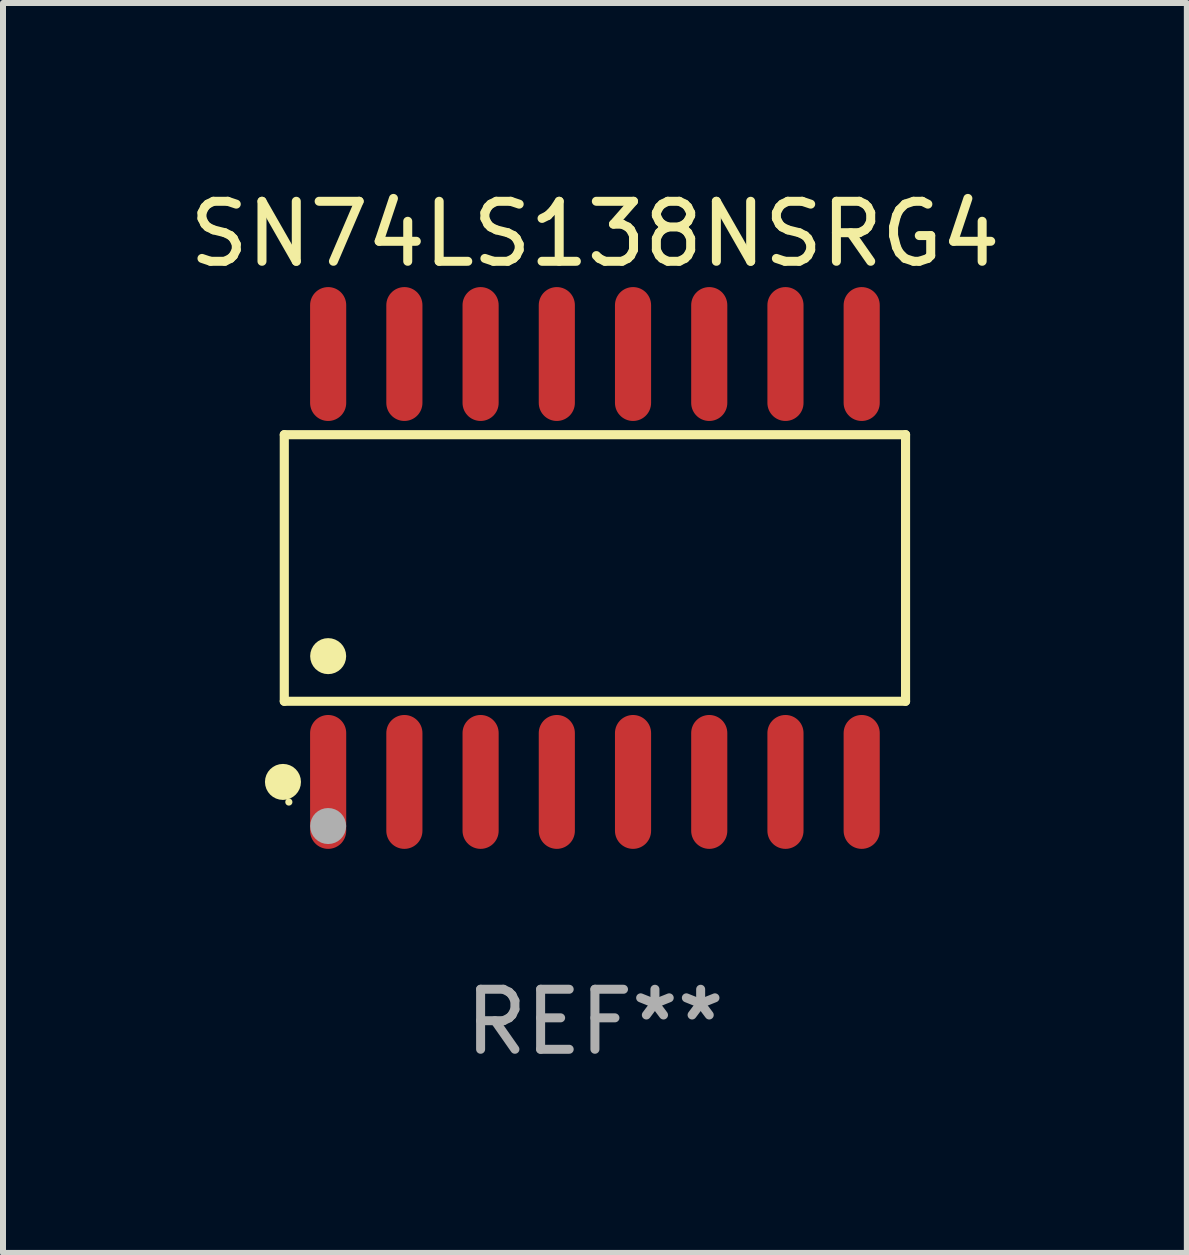
<source format=kicad_pcb>
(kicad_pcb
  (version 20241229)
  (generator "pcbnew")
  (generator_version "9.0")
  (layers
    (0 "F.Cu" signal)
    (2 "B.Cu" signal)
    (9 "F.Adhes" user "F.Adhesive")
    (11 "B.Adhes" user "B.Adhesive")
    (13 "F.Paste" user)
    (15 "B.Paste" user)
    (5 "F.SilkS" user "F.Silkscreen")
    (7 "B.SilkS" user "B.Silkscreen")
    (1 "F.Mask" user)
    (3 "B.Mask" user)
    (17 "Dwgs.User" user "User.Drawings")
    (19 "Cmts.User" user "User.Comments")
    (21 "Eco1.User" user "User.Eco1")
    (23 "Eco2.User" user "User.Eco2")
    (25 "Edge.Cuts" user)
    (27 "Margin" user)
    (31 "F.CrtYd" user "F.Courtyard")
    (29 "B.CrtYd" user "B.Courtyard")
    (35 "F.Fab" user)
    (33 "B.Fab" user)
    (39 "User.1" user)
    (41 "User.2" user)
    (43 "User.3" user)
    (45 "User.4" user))
  (footprint "SN74LS138NSRG4"
    (layer "F.Cu")
    (at 6.863 6.414)
    (property "Reference" "SN74LS138NSRG4" (at 0 -5.565 0) (layer "F.SilkS") (effects (font (size 1 1) (thickness 0.15))))
    (attr through_hole)
    (fp_line (start -5.176 -2.221) (end 5.176 -2.221) (stroke (width 0.152) (type solid)) (layer "F.SilkS"))
    (fp_line (start -5.176 2.221) (end -5.176 -2.221) (stroke (width 0.152) (type solid)) (layer "F.SilkS"))
    (fp_line (start 5.176 -2.221) (end 5.176 2.221) (stroke (width 0.152) (type solid)) (layer "F.SilkS"))
    (fp_line (start 5.176 2.221) (end -5.176 2.221) (stroke (width 0.152) (type solid)) (layer "F.SilkS"))
    (fp_circle (center -5.198 3.565) (end -5.048 3.565) (stroke (width 0.3) (type solid)) (fill no) (layer "F.SilkS"))
    (fp_circle (center -5.1 3.9) (end -5.07 3.9) (stroke (width 0.06) (type solid)) (fill no) (layer "F.SilkS"))
    (fp_circle (center -4.445 1.469) (end -4.295 1.469) (stroke (width 0.3) (type solid)) (fill no) (layer "F.SilkS"))
    (fp_circle (center -4.445 4.3) (end -4.295 4.3) (stroke (width 0.3) (type solid)) (fill no) (layer "F.Fab"))
    (fp_text user "REF**" (at 0 7.565 0) (layer "F.Fab") (effects (font (size 1 1) (thickness 0.15))))
    (pad "1" smd oval (at -4.445 3.565) (size 0.602 2.231) (layers "F.Cu" "F.Mask" "F.Paste"))
    (pad "2" smd oval (at -3.175 3.565) (size 0.602 2.231) (layers "F.Cu" "F.Mask" "F.Paste"))
    (pad "3" smd oval (at -1.905 3.565) (size 0.602 2.231) (layers "F.Cu" "F.Mask" "F.Paste"))
    (pad "4" smd oval (at -0.635 3.565) (size 0.602 2.231) (layers "F.Cu" "F.Mask" "F.Paste"))
    (pad "5" smd oval (at 0.635 3.565) (size 0.602 2.231) (layers "F.Cu" "F.Mask" "F.Paste"))
    (pad "6" smd oval (at 1.905 3.565) (size 0.602 2.231) (layers "F.Cu" "F.Mask" "F.Paste"))
    (pad "7" smd oval (at 3.175 3.565) (size 0.602 2.231) (layers "F.Cu" "F.Mask" "F.Paste"))
    (pad "8" smd oval (at 4.445 3.565) (size 0.602 2.231) (layers "F.Cu" "F.Mask" "F.Paste"))
    (pad "9" smd oval (at 4.445 -3.565) (size 0.602 2.231) (layers "F.Cu" "F.Mask" "F.Paste"))
    (pad "10" smd oval (at 3.175 -3.565) (size 0.602 2.231) (layers "F.Cu" "F.Mask" "F.Paste"))
    (pad "11" smd oval (at 1.905 -3.565) (size 0.602 2.231) (layers "F.Cu" "F.Mask" "F.Paste"))
    (pad "12" smd oval (at 0.635 -3.565) (size 0.602 2.231) (layers "F.Cu" "F.Mask" "F.Paste"))
    (pad "13" smd oval (at -0.635 -3.565) (size 0.602 2.231) (layers "F.Cu" "F.Mask" "F.Paste"))
    (pad "14" smd oval (at -1.905 -3.565) (size 0.602 2.231) (layers "F.Cu" "F.Mask" "F.Paste"))
    (pad "15" smd oval (at -3.175 -3.565) (size 0.602 2.231) (layers "F.Cu" "F.Mask" "F.Paste"))
    (pad "16" smd oval (at -4.445 -3.565) (size 0.602 2.231) (layers "F.Cu" "F.Mask" "F.Paste")))
  (gr_rect
    (start -3 -3)
    (end 16.726 17.827)
    (stroke (width 0.1) (type default))
    (fill no)
    (layer "Edge.Cuts")))
</source>
